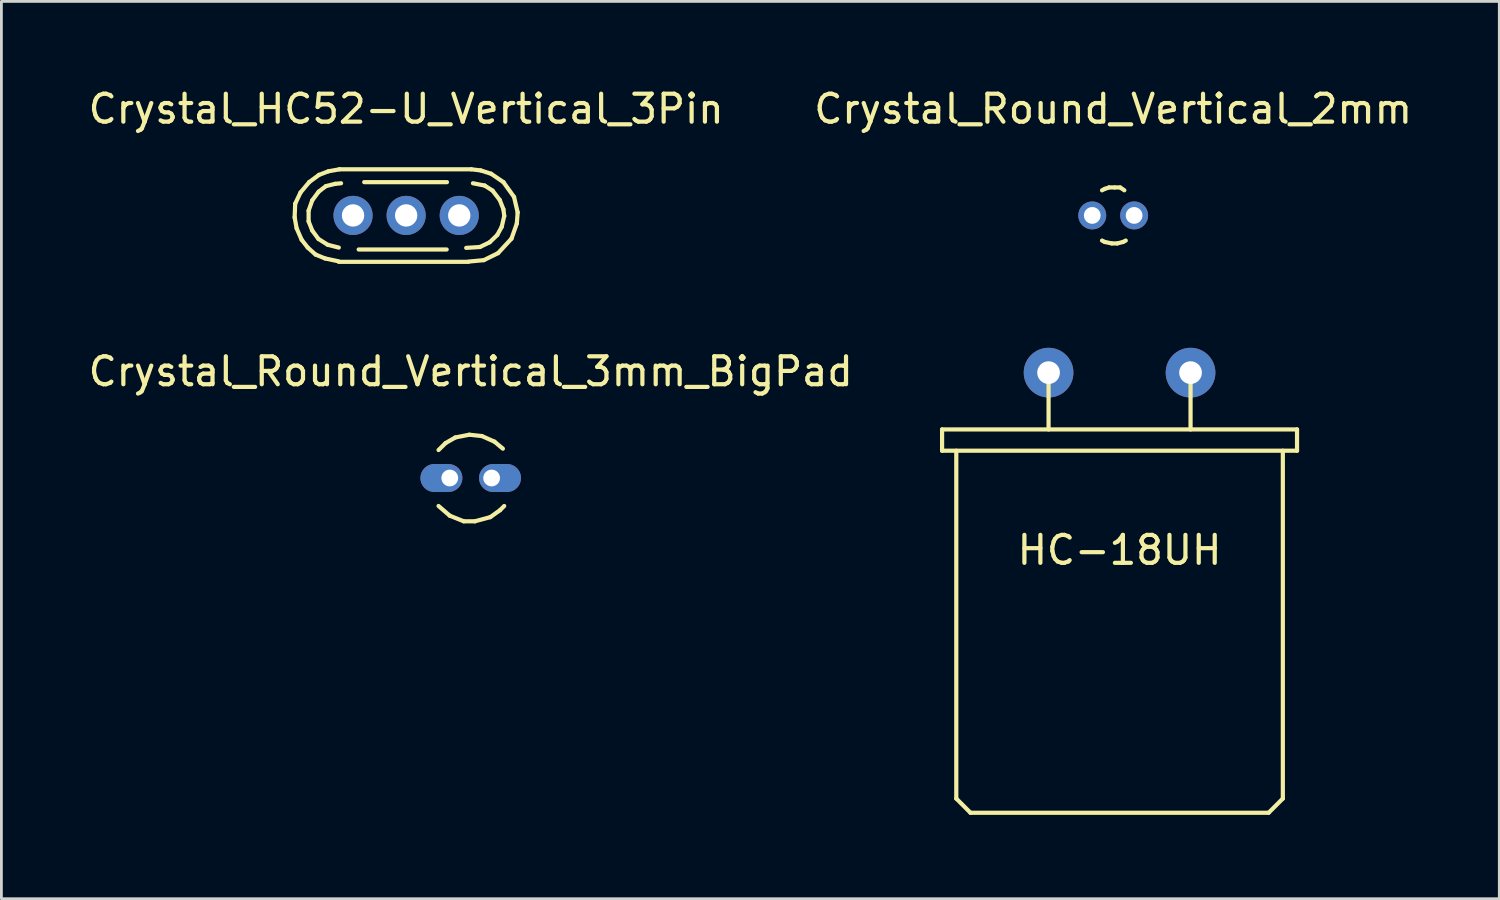
<source format=kicad_pcb>
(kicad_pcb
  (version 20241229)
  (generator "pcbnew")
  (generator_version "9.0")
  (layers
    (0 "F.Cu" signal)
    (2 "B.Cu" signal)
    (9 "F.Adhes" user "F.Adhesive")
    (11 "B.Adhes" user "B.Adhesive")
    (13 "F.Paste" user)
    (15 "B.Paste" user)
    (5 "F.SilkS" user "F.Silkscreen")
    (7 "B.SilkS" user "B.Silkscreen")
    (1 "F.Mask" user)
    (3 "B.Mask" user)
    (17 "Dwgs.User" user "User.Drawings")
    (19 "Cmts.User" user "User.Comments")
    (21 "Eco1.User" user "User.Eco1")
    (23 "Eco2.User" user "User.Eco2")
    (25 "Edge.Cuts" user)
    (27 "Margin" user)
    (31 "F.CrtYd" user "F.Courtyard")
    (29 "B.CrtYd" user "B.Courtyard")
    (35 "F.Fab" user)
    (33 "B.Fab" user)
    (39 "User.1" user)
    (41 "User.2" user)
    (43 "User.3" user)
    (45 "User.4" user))
  (footprint "Crystal_HC52-U_Vertical_3Pin"
    (layer "F.Cu")
    (at 11.482 4.658)
    (property "Reference" "Crystal_HC52-U_Vertical_3Pin" (at 0 -3.81 0) (layer "F.SilkS") (effects (font (size 1 1) (thickness 0.15))))
    (attr through_hole)
    (fp_line (start -3.99 0.071) (end -3.97 -0.419) (stroke (width 0.15) (type solid)) (layer "F.SilkS"))
    (fp_line (start -3.97 -0.419) (end -3.78 -0.82) (stroke (width 0.15) (type solid)) (layer "F.SilkS"))
    (fp_line (start -3.919 0.46) (end -3.99 0.071) (stroke (width 0.15) (type solid)) (layer "F.SilkS"))
    (fp_line (start -3.78 -0.82) (end -3.47 -1.191) (stroke (width 0.15) (type solid)) (layer "F.SilkS"))
    (fp_line (start -3.739 0.871) (end -3.919 0.46) (stroke (width 0.15) (type solid)) (layer "F.SilkS"))
    (fp_line (start -3.52 1.151) (end -3.739 0.871) (stroke (width 0.15) (type solid)) (layer "F.SilkS"))
    (fp_line (start -3.49 -0.17) (end -3.36 -0.541) (stroke (width 0.15) (type solid)) (layer "F.SilkS"))
    (fp_line (start -3.49 0.211) (end -3.49 -0.17) (stroke (width 0.15) (type solid)) (layer "F.SilkS"))
    (fp_line (start -3.47 -1.191) (end -3.119 -1.45) (stroke (width 0.15) (type solid)) (layer "F.SilkS"))
    (fp_line (start -3.36 -0.541) (end -3.129 -0.851) (stroke (width 0.15) (type solid)) (layer "F.SilkS"))
    (fp_line (start -3.36 0.541) (end -3.49 0.211) (stroke (width 0.15) (type solid)) (layer "F.SilkS"))
    (fp_line (start -3.241 1.4) (end -3.52 1.151) (stroke (width 0.15) (type solid)) (layer "F.SilkS"))
    (fp_line (start -3.139 0.841) (end -3.36 0.541) (stroke (width 0.15) (type solid)) (layer "F.SilkS"))
    (fp_line (start -3.129 -0.851) (end -2.87 -1.049) (stroke (width 0.15) (type solid)) (layer "F.SilkS"))
    (fp_line (start -3.119 -1.45) (end -2.779 -1.58) (stroke (width 0.15) (type solid)) (layer "F.SilkS"))
    (fp_line (start -2.901 1.539) (end -3.241 1.4) (stroke (width 0.15) (type solid)) (layer "F.SilkS"))
    (fp_line (start -2.87 -1.049) (end -2.54 -1.13) (stroke (width 0.15) (type solid)) (layer "F.SilkS"))
    (fp_line (start -2.809 1.049) (end -3.139 0.841) (stroke (width 0.15) (type solid)) (layer "F.SilkS"))
    (fp_line (start -2.779 -1.58) (end -2.38 -1.651) (stroke (width 0.15) (type solid)) (layer "F.SilkS"))
    (fp_line (start -2.54 -1.13) (end -2.329 -1.151) (stroke (width 0.15) (type solid)) (layer "F.SilkS"))
    (fp_line (start -2.421 1.641) (end -2.901 1.539) (stroke (width 0.15) (type solid)) (layer "F.SilkS"))
    (fp_line (start -2.41 1.151) (end -2.809 1.049) (stroke (width 0.15) (type solid)) (layer "F.SilkS"))
    (fp_line (start -2.39 -1.651) (end 2.329 -1.651) (stroke (width 0.15) (type solid)) (layer "F.SilkS"))
    (fp_line (start -1.699 1.219) (end 1.45 1.219) (stroke (width 0.15) (type solid)) (layer "F.SilkS"))
    (fp_line (start 1.46 -1.191) (end -1.501 -1.191) (stroke (width 0.15) (type solid)) (layer "F.SilkS"))
    (fp_line (start 2.22 1.661) (end -2.41 1.661) (stroke (width 0.15) (type solid)) (layer "F.SilkS"))
    (fp_line (start 2.329 -1.651) (end 2.67 -1.61) (stroke (width 0.15) (type solid)) (layer "F.SilkS"))
    (fp_line (start 2.39 -1.151) (end 2.809 -1.069) (stroke (width 0.15) (type solid)) (layer "F.SilkS"))
    (fp_line (start 2.639 1.13) (end 2.149 1.161) (stroke (width 0.15) (type solid)) (layer "F.SilkS"))
    (fp_line (start 2.67 -1.61) (end 3.04 -1.491) (stroke (width 0.15) (type solid)) (layer "F.SilkS"))
    (fp_line (start 2.779 1.6) (end 2.24 1.651) (stroke (width 0.15) (type solid)) (layer "F.SilkS"))
    (fp_line (start 2.809 -1.069) (end 3.091 -0.889) (stroke (width 0.15) (type solid)) (layer "F.SilkS"))
    (fp_line (start 2.99 0.96) (end 2.639 1.13) (stroke (width 0.15) (type solid)) (layer "F.SilkS"))
    (fp_line (start 3.04 -1.491) (end 3.48 -1.191) (stroke (width 0.15) (type solid)) (layer "F.SilkS"))
    (fp_line (start 3.091 -0.889) (end 3.35 -0.551) (stroke (width 0.15) (type solid)) (layer "F.SilkS"))
    (fp_line (start 3.259 0.701) (end 2.99 0.96) (stroke (width 0.15) (type solid)) (layer "F.SilkS"))
    (fp_line (start 3.289 1.349) (end 2.779 1.6) (stroke (width 0.15) (type solid)) (layer "F.SilkS"))
    (fp_line (start 3.35 -0.551) (end 3.48 -0.221) (stroke (width 0.15) (type solid)) (layer "F.SilkS"))
    (fp_line (start 3.419 0.409) (end 3.259 0.701) (stroke (width 0.15) (type solid)) (layer "F.SilkS"))
    (fp_line (start 3.48 -1.191) (end 3.861 -0.66) (stroke (width 0.15) (type solid)) (layer "F.SilkS"))
    (fp_line (start 3.48 -0.221) (end 3.51 0.02) (stroke (width 0.15) (type solid)) (layer "F.SilkS"))
    (fp_line (start 3.51 0.02) (end 3.419 0.409) (stroke (width 0.15) (type solid)) (layer "F.SilkS"))
    (fp_line (start 3.769 0.831) (end 3.289 1.349) (stroke (width 0.15) (type solid)) (layer "F.SilkS"))
    (fp_line (start 3.861 -0.66) (end 3.99 -0.109) (stroke (width 0.15) (type solid)) (layer "F.SilkS"))
    (fp_line (start 3.96 0.29) (end 3.769 0.831) (stroke (width 0.15) (type solid)) (layer "F.SilkS"))
    (fp_line (start 3.99 -0.109) (end 3.96 0.29) (stroke (width 0.15) (type solid)) (layer "F.SilkS"))
    (pad "1" thru_hole circle (at -1.9 0) (size 1.4 1.4) (drill 0.8) (layers "*.Cu" "*.Mask"))
    (pad "2" thru_hole circle (at 1.9 0) (size 1.4 1.4) (drill 0.8) (layers "*.Cu" "*.Mask"))
    (pad "3" thru_hole circle (at 0 0) (size 1.4 1.4) (drill 0.8) (layers "*.Cu" "*.Mask")))
  (footprint "Crystal_Round_Vertical_3mm_BigPad"
    (layer "F.Cu")
    (at 13.792 14.053)
    (property "Reference" "Crystal_Round_Vertical_3mm_BigPad" (at 0 -3.81 0) (layer "F.SilkS") (effects (font (size 1 1) (thickness 0.15))))
    (attr through_hole)
    (fp_line (start -0.899 -1.25) (end -1.151 -1.001) (stroke (width 0.15) (type solid)) (layer "F.SilkS"))
    (fp_line (start -0.749 1.349) (end -1.151 1.001) (stroke (width 0.15) (type solid)) (layer "F.SilkS"))
    (fp_line (start -0.551 -1.45) (end -0.899 -1.25) (stroke (width 0.15) (type solid)) (layer "F.SilkS"))
    (fp_line (start -0.249 1.549) (end -0.749 1.349) (stroke (width 0.15) (type solid)) (layer "F.SilkS"))
    (fp_line (start -0.051 -1.549) (end -0.551 -1.45) (stroke (width 0.15) (type solid)) (layer "F.SilkS"))
    (fp_line (start 0.15 1.549) (end -0.249 1.549) (stroke (width 0.15) (type solid)) (layer "F.SilkS"))
    (fp_line (start 0.399 -1.501) (end -0.051 -1.549) (stroke (width 0.15) (type solid)) (layer "F.SilkS"))
    (fp_line (start 0.701 1.4) (end 0.15 1.549) (stroke (width 0.15) (type solid)) (layer "F.SilkS"))
    (fp_line (start 0.851 -1.3) (end 0.399 -1.501) (stroke (width 0.15) (type solid)) (layer "F.SilkS"))
    (fp_line (start 1.049 1.151) (end 0.701 1.4) (stroke (width 0.15) (type solid)) (layer "F.SilkS"))
    (fp_line (start 1.049 1.151) (end 1.199 1.001) (stroke (width 0.15) (type solid)) (layer "F.SilkS"))
    (fp_line (start 1.151 -1.049) (end 0.851 -1.3) (stroke (width 0.15) (type solid)) (layer "F.SilkS"))
    (pad "1" thru_hole oval (at -0.749 0) (size 1.501 1.001) (drill 0.599 (offset -0.3 0)) (layers "*.Cu" "*.Mask"))
    (pad "2" thru_hole oval (at 0.749 0) (size 1.501 1.001) (drill 0.599 (offset 0.3 0)) (layers "*.Cu" "*.Mask")))
  (footprint "HC-18UH"
    (layer "F.Cu")
    (at 37.008 10.283)
    (property "Reference" "HC-18UH" (at 0 6.35 0) (layer "F.SilkS") (effects (font (size 1 1) (thickness 0.15))))
    (attr through_hole)
    (fp_line (start -6.35 2.794) (end -6.35 2.032) (stroke (width 0.15) (type solid)) (layer "F.SilkS"))
    (fp_line (start -5.842 2.794) (end -5.842 15.24) (stroke (width 0.15) (type solid)) (layer "F.SilkS"))
    (fp_line (start -5.334 15.748) (end -5.842 15.24) (stroke (width 0.15) (type solid)) (layer "F.SilkS"))
    (fp_line (start -2.54 0) (end -2.54 2.032) (stroke (width 0.15) (type solid)) (layer "F.SilkS"))
    (fp_line (start 2.54 0) (end 2.54 2.032) (stroke (width 0.15) (type solid)) (layer "F.SilkS"))
    (fp_line (start 5.334 15.748) (end -5.334 15.748) (stroke (width 0.15) (type solid)) (layer "F.SilkS"))
    (fp_line (start 5.842 2.794) (end 5.842 15.24) (stroke (width 0.15) (type solid)) (layer "F.SilkS"))
    (fp_line (start 5.842 15.24) (end 5.334 15.748) (stroke (width 0.15) (type solid)) (layer "F.SilkS"))
    (fp_line (start 6.35 2.032) (end -6.35 2.032) (stroke (width 0.15) (type solid)) (layer "F.SilkS"))
    (fp_line (start 6.35 2.794) (end -6.35 2.794) (stroke (width 0.15) (type solid)) (layer "F.SilkS"))
    (fp_line (start 6.35 2.794) (end 6.35 2.032) (stroke (width 0.15) (type solid)) (layer "F.SilkS"))
    (pad "1" thru_hole circle (at -2.54 0) (size 1.778 1.778) (drill 0.813) (layers "*.Cu" "*.Mask"))
    (pad "2" thru_hole circle (at 2.54 0) (size 1.778 1.778) (drill 0.813) (layers "*.Cu" "*.Mask")))
  (footprint "Crystal_Round_Vertical_2mm"
    (layer "F.Cu")
    (at 36.78 4.658)
    (property "Reference" "Crystal_Round_Vertical_2mm" (at 0 -3.81 0) (layer "F.SilkS") (effects (font (size 1 1) (thickness 0.15))))
    (attr through_hole)
    (fp_line (start -0.3 -0.95) (end -0.399 -0.899) (stroke (width 0.15) (type solid)) (layer "F.SilkS"))
    (fp_line (start -0.3 0.95) (end -0.399 0.899) (stroke (width 0.15) (type solid)) (layer "F.SilkS"))
    (fp_line (start -0.15 -1.001) (end -0.3 -0.95) (stroke (width 0.15) (type solid)) (layer "F.SilkS"))
    (fp_line (start -0.051 1.001) (end -0.3 0.95) (stroke (width 0.15) (type solid)) (layer "F.SilkS"))
    (fp_line (start 0.051 -1.001) (end -0.15 -1.001) (stroke (width 0.15) (type solid)) (layer "F.SilkS"))
    (fp_line (start 0.15 1.001) (end -0.051 1.001) (stroke (width 0.15) (type solid)) (layer "F.SilkS"))
    (fp_line (start 0.249 -1.001) (end 0.051 -1.001) (stroke (width 0.15) (type solid)) (layer "F.SilkS"))
    (fp_line (start 0.351 0.95) (end 0.15 1.001) (stroke (width 0.15) (type solid)) (layer "F.SilkS"))
    (fp_line (start 0.399 -0.899) (end 0.249 -1.001) (stroke (width 0.15) (type solid)) (layer "F.SilkS"))
    (fp_line (start 0.45 0.899) (end 0.351 0.95) (stroke (width 0.15) (type solid)) (layer "F.SilkS"))
    (pad "1" thru_hole circle (at -0.749 0) (size 1.001 1.001) (drill 0.599) (layers "*.Cu" "*.Mask"))
    (pad "2" thru_hole circle (at 0.749 0) (size 1.001 1.001) (drill 0.599) (layers "*.Cu" "*.Mask")))
  (gr_rect
    (start -3 -3)
    (end 50.595 29.106)
    (stroke (width 0.1) (type default))
    (fill no)
    (layer "Edge.Cuts")))
</source>
